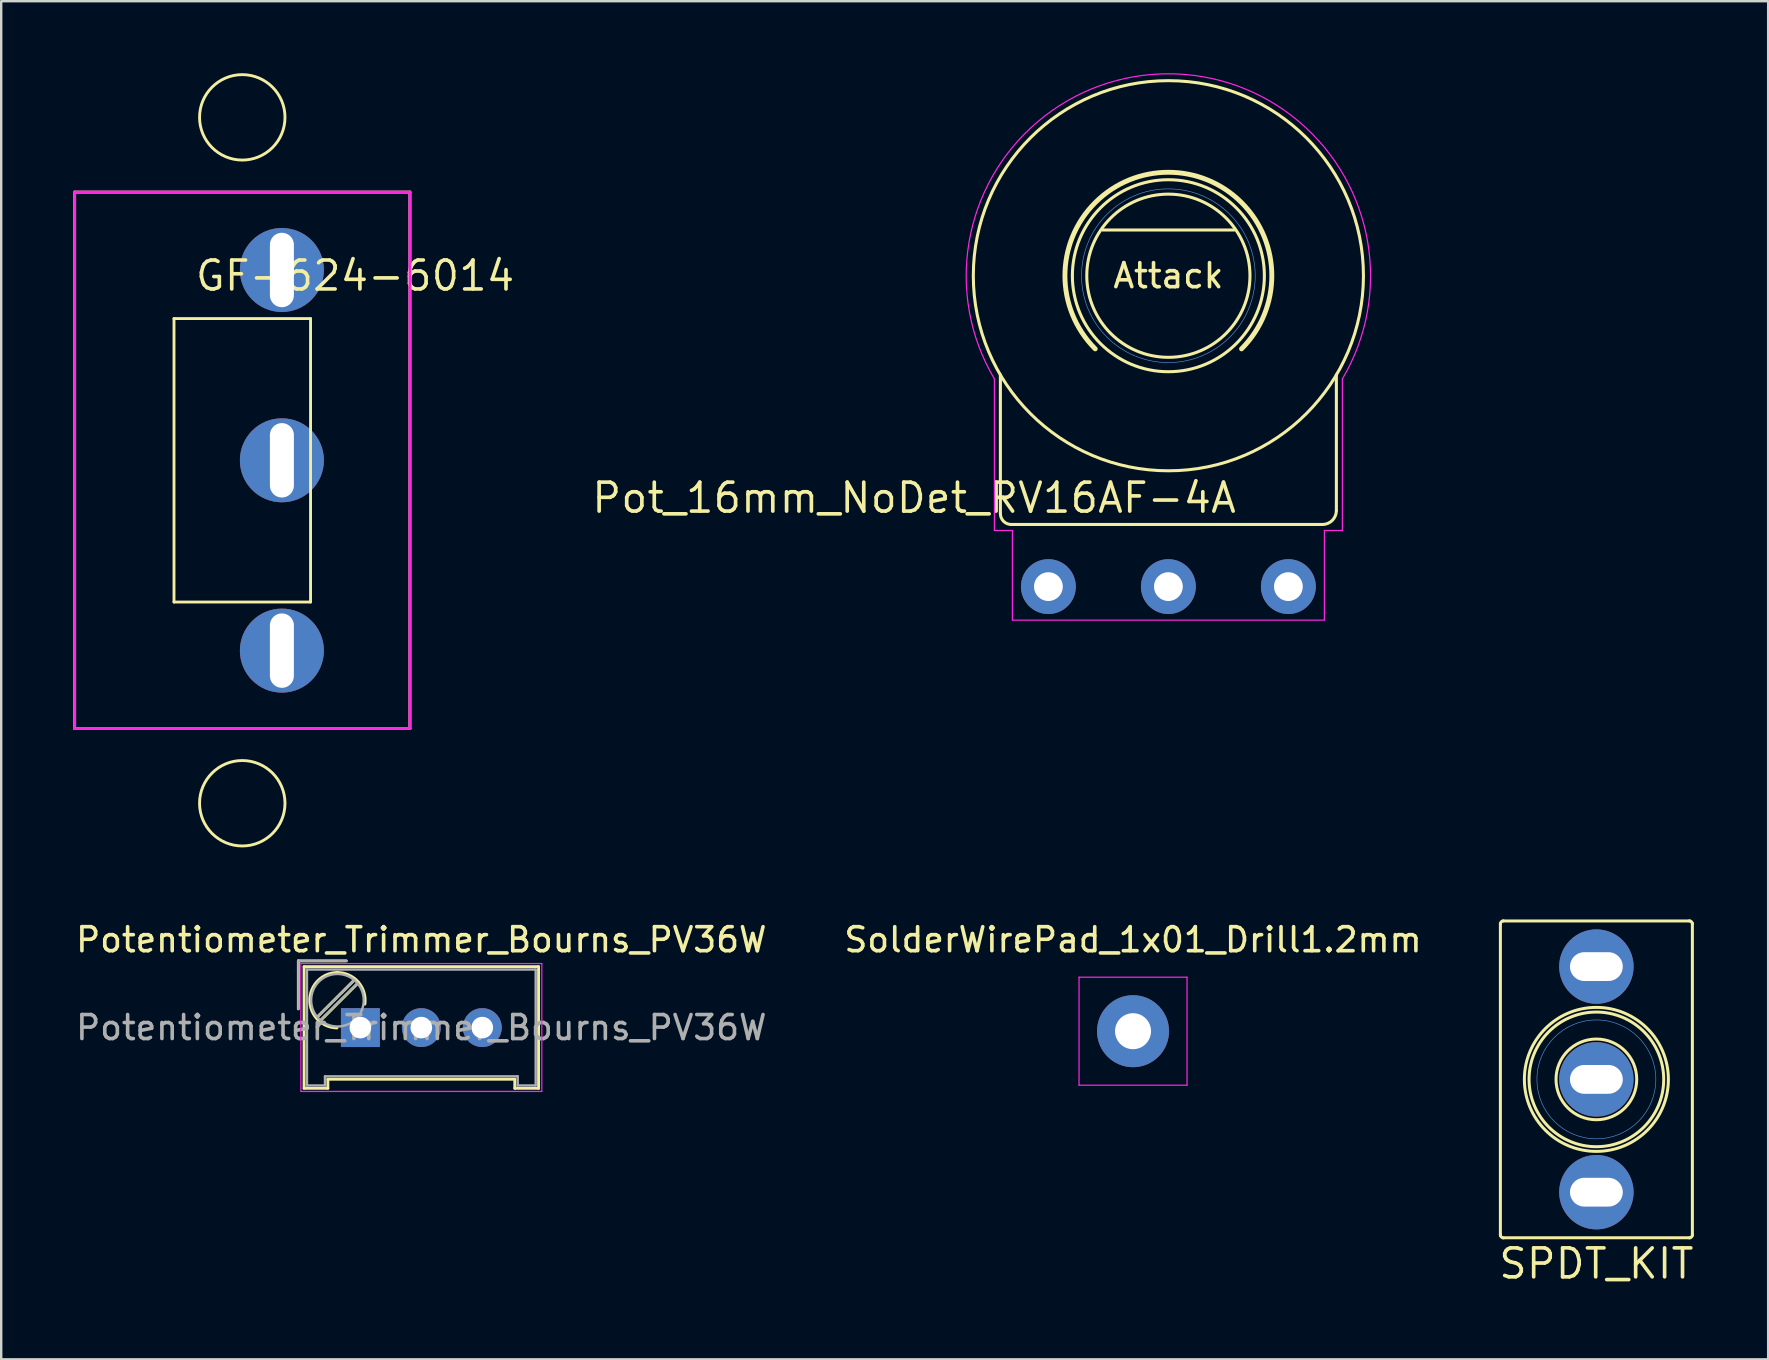
<source format=kicad_pcb>
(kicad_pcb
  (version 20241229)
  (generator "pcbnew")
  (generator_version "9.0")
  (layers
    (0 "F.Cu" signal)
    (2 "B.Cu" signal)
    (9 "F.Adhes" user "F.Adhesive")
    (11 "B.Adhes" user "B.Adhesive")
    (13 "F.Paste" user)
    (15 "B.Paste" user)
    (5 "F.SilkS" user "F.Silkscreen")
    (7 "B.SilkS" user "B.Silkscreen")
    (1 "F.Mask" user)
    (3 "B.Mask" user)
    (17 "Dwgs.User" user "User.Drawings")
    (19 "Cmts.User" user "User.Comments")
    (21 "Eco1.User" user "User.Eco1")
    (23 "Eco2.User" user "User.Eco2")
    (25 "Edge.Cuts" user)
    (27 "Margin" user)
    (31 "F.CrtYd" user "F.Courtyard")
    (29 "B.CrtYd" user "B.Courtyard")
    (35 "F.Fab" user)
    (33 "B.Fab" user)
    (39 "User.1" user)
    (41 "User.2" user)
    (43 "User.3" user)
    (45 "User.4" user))
  (footprint "SPDT_KIT"
    (layer "F.Cu")
    (at 63.468 41.926)
    (property "Reference" "SPDT_KIT" (at 0 8.382 180) (layer "F.SilkS") (effects (font (size 1.206 1.206) (thickness 0.152)) (justify bottom)))
    (attr through_hole)
    (fp_line (start -4 6.5) (end -4 -6.5) (stroke (width 0.125) (type solid)) (layer "F.SilkS"))
    (fp_line (start -3.9 -6.6) (end 3.9 -6.6) (stroke (width 0.125) (type solid)) (layer "F.SilkS"))
    (fp_line (start 3.9 6.6) (end -3.9 6.6) (stroke (width 0.125) (type solid)) (layer "F.SilkS"))
    (fp_line (start 4 -6.5) (end 4 6.5) (stroke (width 0.125) (type solid)) (layer "F.SilkS"))
    (fp_arc (start -4.0005 -6.477) (mid -3.963303 -6.566803) (end -3.8735 -6.604) (stroke (width 0.125) (type solid)) (layer "F.SilkS"))
    (fp_arc (start -3.8735 6.604) (mid -3.963303 6.566803) (end -4.0005 6.477) (stroke (width 0.125) (type solid)) (layer "F.SilkS"))
    (fp_arc (start 3.8735 -6.604) (mid 3.963303 -6.566803) (end 4.0005 -6.477) (stroke (width 0.125) (type solid)) (layer "F.SilkS"))
    (fp_arc (start 4.0005 6.477) (mid 3.963303 6.566803) (end 3.8735 6.604) (stroke (width 0.125) (type solid)) (layer "F.SilkS"))
    (fp_circle (center 0 0) (end 0.254 -2.794) (stroke (width 0.125) (type solid)) (fill no) (layer "F.SilkS"))
    (fp_circle (center 0 0) (end 0.318 -1.651) (stroke (width 0.125) (type solid)) (fill no) (layer "F.SilkS"))
    (fp_circle (center 0 0) (end 3 0) (stroke (width 0.125) (type solid)) (fill no) (layer "F.SilkS"))
    (fp_circle (center 0 0) (end 2.477 0) (stroke (width 0.025) (type solid)) (fill no) (layer "Cmts.User"))
    (pad "1" thru_hole circle (at 0 -4.7) (size 3.1 3.1) (drill oval 2.2 1.2) (layers "*.Cu" "*.Mask"))
    (pad "2" thru_hole circle (at 0 0) (size 3.1 3.1) (drill oval 2.2 1.2) (layers "*.Cu" "*.Mask"))
    (pad "3" thru_hole circle (at 0 4.7) (size 3.1 3.1) (drill oval 2.2 1.2) (layers "*.Cu" "*.Mask")))
  (footprint "Potentiometer_Trimmer_Bourns_PV36W"
    (layer "F.Cu")
    (at 11.966 39.768)
    (property "Reference" "Potentiometer_Trimmer_Bourns_PV36W" (at 2.54 -3.66 180) (layer "F.SilkS") (effects (font (size 1 1) (thickness 0.15))))
    (attr through_hole)
    (fp_line (start -2.585 -2.78) (end -0.585 -2.78) (stroke (width 0.12) (type solid)) (layer "F.SilkS"))
    (fp_line (start -2.585 -0.78) (end -2.585 -2.78) (stroke (width 0.12) (type solid)) (layer "F.SilkS"))
    (fp_line (start -2.345 -2.54) (end -2.345 2.53) (stroke (width 0.12) (type solid)) (layer "F.SilkS"))
    (fp_line (start -2.345 2.53) (end -1.355 2.53) (stroke (width 0.12) (type solid)) (layer "F.SilkS"))
    (fp_line (start -1.831 -0.406) (end -0.22 -2.016) (stroke (width 0.12) (type solid)) (layer "F.SilkS"))
    (fp_line (start -1.691 -0.265) (end -0.998 -0.957) (stroke (width 0.12) (type solid)) (layer "F.SilkS"))
    (fp_line (start -1.355 2.15) (end 6.435 2.15) (stroke (width 0.12) (type solid)) (layer "F.SilkS"))
    (fp_line (start -1.355 2.53) (end -1.355 2.15) (stroke (width 0.12) (type solid)) (layer "F.SilkS"))
    (fp_line (start -0.958 -0.998) (end -0.079 -1.875) (stroke (width 0.12) (type solid)) (layer "F.SilkS"))
    (fp_line (start 6.435 2.15) (end 6.435 2.53) (stroke (width 0.12) (type solid)) (layer "F.SilkS"))
    (fp_line (start 6.435 2.53) (end 7.425 2.53) (stroke (width 0.12) (type solid)) (layer "F.SilkS"))
    (fp_line (start 7.425 -2.54) (end -2.345 -2.54) (stroke (width 0.12) (type solid)) (layer "F.SilkS"))
    (fp_line (start 7.425 2.53) (end 7.425 -2.54) (stroke (width 0.12) (type solid)) (layer "F.SilkS"))
    (fp_arc (start -0.975774 -2.293957) (mid -0.091016 -1.905232) (end 0.188 -0.98) (stroke (width 0.12) (type solid)) (layer "F.SilkS"))
    (fp_arc (start -0.975158 0.014824) (mid -2.109956 -1.150079) (end -0.955 -2.295) (stroke (width 0.12) (type solid)) (layer "F.SilkS"))
    (fp_line (start -2.48 -2.67) (end -2.48 2.66) (stroke (width 0.05) (type solid)) (layer "F.CrtYd"))
    (fp_line (start -2.48 2.66) (end 7.56 2.66) (stroke (width 0.05) (type solid)) (layer "F.CrtYd"))
    (fp_line (start 7.56 -2.67) (end -2.48 -2.67) (stroke (width 0.05) (type solid)) (layer "F.CrtYd"))
    (fp_line (start 7.56 2.66) (end 7.56 -2.67) (stroke (width 0.05) (type solid)) (layer "F.CrtYd"))
    (fp_line (start -2.585 -2.78) (end -0.585 -2.78) (stroke (width 0.1) (type solid)) (layer "F.Fab"))
    (fp_line (start -2.585 -0.78) (end -2.585 -2.78) (stroke (width 0.1) (type solid)) (layer "F.Fab"))
    (fp_line (start -2.225 -2.42) (end -2.225 2.41) (stroke (width 0.1) (type solid)) (layer "F.Fab"))
    (fp_line (start -2.225 2.41) (end -1.475 2.41) (stroke (width 0.1) (type solid)) (layer "F.Fab"))
    (fp_line (start -1.786 -0.444) (end -0.259 -1.971) (stroke (width 0.1) (type solid)) (layer "F.Fab"))
    (fp_line (start -1.652 -0.31) (end -0.125 -1.837) (stroke (width 0.1) (type solid)) (layer "F.Fab"))
    (fp_line (start -1.475 2.03) (end 6.555 2.03) (stroke (width 0.1) (type solid)) (layer "F.Fab"))
    (fp_line (start -1.475 2.41) (end -1.475 2.03) (stroke (width 0.1) (type solid)) (layer "F.Fab"))
    (fp_line (start 6.555 2.03) (end 6.555 2.41) (stroke (width 0.1) (type solid)) (layer "F.Fab"))
    (fp_line (start 6.555 2.41) (end 7.305 2.41) (stroke (width 0.1) (type solid)) (layer "F.Fab"))
    (fp_line (start 7.305 -2.42) (end -2.225 -2.42) (stroke (width 0.1) (type solid)) (layer "F.Fab"))
    (fp_line (start 7.305 2.41) (end 7.305 -2.42) (stroke (width 0.1) (type solid)) (layer "F.Fab"))
    (fp_circle (center -0.955 -1.14) (end 0.14 -1.14) (stroke (width 0.1) (type solid)) (fill no) (layer "F.Fab"))
    (fp_text user "${REFERENCE}" (at 2.54 0 180) (layer "F.Fab") (effects (font (size 1 1) (thickness 0.15))))
    (pad "1" thru_hole rect (at 0 0 180) (size 1.62 1.62) (drill 0.9) (layers "*.Cu" "*.Mask"))
    (pad "2" thru_hole circle (at 2.54 0 180) (size 1.62 1.62) (drill 0.9) (layers "*.Cu" "*.Mask"))
    (pad "3" thru_hole circle (at 5.08 0 180) (size 1.62 1.62) (drill 0.9) (layers "*.Cu" "*.Mask")))
  (footprint "Pot_16mm_NoDet_RV16AF-4A"
    (layer "F.Cu")
    (at 45.634 8.439)
    (property "Reference" "Pot_16mm_NoDet_RV16AF-4A" (at 2.913 8.551 0) (layer "F.SilkS") (effects (font (size 1.206 1.206) (thickness 0.152)) (justify right top)))
    (attr through_hole)
    (fp_line (start -7 4.127) (end -7 9.912) (stroke (width 0.127) (type solid)) (layer "F.SilkS"))
    (fp_line (start -6.547 10.365) (end 6.42 10.365) (stroke (width 0.127) (type solid)) (layer "F.SilkS"))
    (fp_line (start -2.738 -1.905) (end 2.738 -1.905) (stroke (width 0.127) (type solid)) (layer "F.SilkS"))
    (fp_line (start 7 9.785) (end 7 4.127) (stroke (width 0.127) (type solid)) (layer "F.SilkS"))
    (fp_arc (start -6.546894 10.365) (mid -6.867288 10.232288) (end -7 9.911894) (stroke (width 0.127) (type solid)) (layer "F.SilkS"))
    (fp_arc (start -3.048 3.048) (mid 0 -4.310523) (end 3.048 3.048) (stroke (width 0.2032) (type solid)) (layer "F.SilkS"))
    (fp_arc (start 7 9.784894) (mid 6.830091 10.195091) (end 6.419894 10.365) (stroke (width 0.127) (type solid)) (layer "F.SilkS"))
    (fp_circle (center 0 0) (end 3.4 0) (stroke (width 0.127) (type solid)) (fill no) (layer "F.SilkS"))
    (fp_circle (center 0 0) (end 4 0) (stroke (width 0.127) (type solid)) (fill no) (layer "F.SilkS"))
    (fp_circle (center 0 0) (end 8.128 0) (stroke (width 0.127) (type solid)) (fill no) (layer "F.SilkS"))
    (fp_circle (center 0 0) (end 3.619 0) (stroke (width 0.025) (type solid)) (fill no) (layer "Cmts.User"))
    (fp_line (start -7.25 4.3) (end -7.25 10.615) (stroke (width 0.05) (type solid)) (layer "F.CrtYd"))
    (fp_line (start -7.25 10.615) (end -6.5 10.615) (stroke (width 0.05) (type solid)) (layer "F.CrtYd"))
    (fp_line (start -6.5 10.615) (end -6.5 14.35) (stroke (width 0.05) (type solid)) (layer "F.CrtYd"))
    (fp_line (start 6.5 10.615) (end 7.25 10.615) (stroke (width 0.05) (type solid)) (layer "F.CrtYd"))
    (fp_line (start 6.5 14.35) (end -6.5 14.35) (stroke (width 0.05) (type solid)) (layer "F.CrtYd"))
    (fp_line (start 6.5 14.35) (end 6.5 10.615) (stroke (width 0.05) (type solid)) (layer "F.CrtYd"))
    (fp_line (start 7.25 4.3) (end 7.25 10.615) (stroke (width 0.05) (type solid)) (layer "F.CrtYd"))
    (fp_arc (start -7.249999 4.3) (mid 0 -8.414167) (end 7.249999 4.299999) (stroke (width 0.05) (type solid)) (layer "F.CrtYd"))
    (fp_text user "Attack" (at 0 0 0) (layer "F.SilkS") (effects (font (size 1 1) (thickness 0.15))))
    (pad "1" thru_hole circle (at -5 12.954 90) (size 2.286 2.286) (drill 1.2) (layers "*.Cu" "*.Mask"))
    (pad "2" thru_hole circle (at 0 12.954 90) (size 2.286 2.286) (drill 1.2) (layers "*.Cu" "*.Mask"))
    (pad "3" thru_hole circle (at 5 12.954 90) (size 2.286 2.286) (drill 1.2) (layers "*.Cu" "*.Mask")))
  (footprint "SolderWirePad_1x01_Drill1.2mm"
    (layer "F.Cu")
    (at 44.161 39.918)
    (property "Reference" "SolderWirePad_1x01_Drill1.2mm" (at 0 -3.81 0) (layer "F.SilkS") (effects (font (size 1 1) (thickness 0.15))))
    (attr through_hole)
    (fp_line (start -2.25 -2.25) (end -2.25 2.25) (stroke (width 0.05) (type solid)) (layer "F.CrtYd"))
    (fp_line (start -2.25 -2.25) (end 2.25 -2.25) (stroke (width 0.05) (type solid)) (layer "F.CrtYd"))
    (fp_line (start 2.25 2.25) (end -2.25 2.25) (stroke (width 0.05) (type solid)) (layer "F.CrtYd"))
    (fp_line (start 2.25 2.25) (end 2.25 -2.25) (stroke (width 0.05) (type solid)) (layer "F.CrtYd"))
    (pad "1" thru_hole circle (at 0 0) (size 3 3) (drill 1.5) (layers "*.Cu" "*.Mask")))
  (footprint "GF-624-6014"
    (layer "F.Cu")
    (at 7.045 16.13)
    (property "Reference" "GF-624-6014" (at -2.032 -6.985 0) (layer "F.SilkS") (effects (font (size 1.206 1.206) (thickness 0.152)) (justify left bottom)))
    (attr through_hole)
    (fp_line (start -6.985 -11.175) (end 6.985 -11.175) (stroke (width 0.12) (type solid)) (layer "F.SilkS"))
    (fp_line (start -6.985 11.175) (end -6.985 -11.175) (stroke (width 0.12) (type solid)) (layer "F.SilkS"))
    (fp_line (start -6.985 11.175) (end 6.985 11.175) (stroke (width 0.12) (type solid)) (layer "F.SilkS"))
    (fp_line (start -2.845 -5.905) (end 2.845 -5.905) (stroke (width 0.12) (type solid)) (layer "F.SilkS"))
    (fp_line (start -2.845 5.905) (end -2.845 -5.905) (stroke (width 0.12) (type solid)) (layer "F.SilkS"))
    (fp_line (start -2.845 5.905) (end 2.845 5.905) (stroke (width 0.12) (type solid)) (layer "F.SilkS"))
    (fp_line (start 2.845 5.905) (end 2.845 -5.905) (stroke (width 0.12) (type solid)) (layer "F.SilkS"))
    (fp_line (start 6.985 -11.175) (end 6.985 11.175) (stroke (width 0.12) (type solid)) (layer "F.SilkS"))
    (fp_circle (center 0 -14.29) (end 1.78 -14.29) (stroke (width 0.12) (type solid)) (fill no) (layer "F.SilkS"))
    (fp_circle (center 0 14.29) (end 1.78 14.29) (stroke (width 0.12) (type solid)) (fill no) (layer "F.SilkS"))
    (fp_line (start -6.985 -11.175) (end 6.985 -11.175) (stroke (width 0.12) (type solid)) (layer "F.CrtYd"))
    (fp_line (start -6.985 11.175) (end -6.985 -11.175) (stroke (width 0.12) (type solid)) (layer "F.CrtYd"))
    (fp_line (start -6.985 11.175) (end 6.985 11.175) (stroke (width 0.12) (type solid)) (layer "F.CrtYd"))
    (fp_line (start 6.985 -11.175) (end 6.985 11.175) (stroke (width 0.12) (type solid)) (layer "F.CrtYd"))
    (pad "1" thru_hole circle (at 1.651 -7.93) (size 3.5 3.5) (drill oval 1 3.1) (layers "*.Cu" "*.Mask"))
    (pad "2" thru_hole circle (at 1.651 0) (size 3.5 3.5) (drill oval 1 3.1) (layers "*.Cu" "*.Mask"))
    (pad "3" thru_hole circle (at 1.651 7.93) (size 3.5 3.5) (drill oval 1 3.1) (layers "*.Cu" "*.Mask")))
  (gr_rect
    (start -3 -3)
    (end 70.626 53.591)
    (stroke (width 0.1) (type default))
    (fill no)
    (layer "Edge.Cuts")))
</source>
